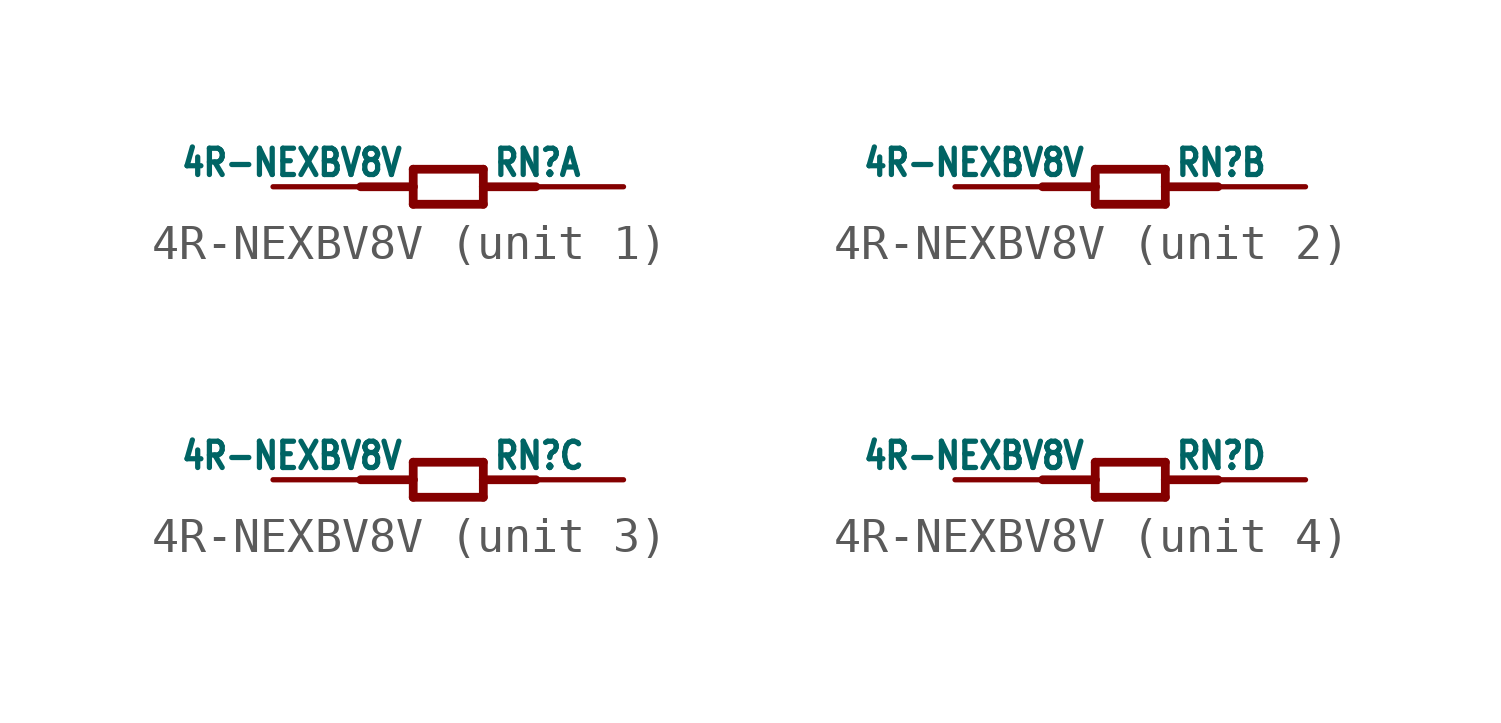
<source format=kicad_sym>
(kicad_symbol_lib
  (version 20211014)
  (generator kicad_symbol_editor)
  (symbol "4R-NEXBV8V"
    (property "Reference" "RN"
      (at 1.27 0.254 0)
      (effects (font (size 0.762 0.648)) (justify left bottom)))
    (property "Value" "4R-NEXBV8V"
      (at -1.27 0.254 0)
      (effects (font (size 0.762 0.648)) (justify right bottom)))
    (property "ki_locked" ""
      (at 0 0 0)
      (effects (font (size 1.27 1.27))))
    (symbol "4R-NEXBV8V_1_0"
      (polyline (pts (xy -2.54 0) (xy -1.016 0)) (stroke (width 0.254) (type default) (color 0 0 0 0)) (fill (type none)))
      (polyline (pts (xy -1.016 -0.508) (xy 1.016 -0.508)) (stroke (width 0.254) (type default) (color 0 0 0 0)) (fill (type none)))
      (polyline (pts (xy -1.016 0) (xy -1.016 -0.508)) (stroke (width 0.254) (type default) (color 0 0 0 0)) (fill (type none)))
      (polyline (pts (xy -1.016 0.508) (xy -1.016 0)) (stroke (width 0.254) (type default) (color 0 0 0 0)) (fill (type none)))
      (polyline (pts (xy 1.016 -0.508) (xy 1.016 0)) (stroke (width 0.254) (type default) (color 0 0 0 0)) (fill (type none)))
      (polyline (pts (xy 1.016 0) (xy 1.016 0.508)) (stroke (width 0.254) (type default) (color 0 0 0 0)) (fill (type none)))
      (polyline (pts (xy 1.016 0) (xy 2.54 0)) (stroke (width 0.254) (type default) (color 0 0 0 0)) (fill (type none)))
      (polyline (pts (xy 1.016 0.508) (xy -1.016 0.508)) (stroke (width 0.254) (type default) (color 0 0 0 0)) (fill (type none)))
      (pin passive line (at -5.08 0 0) (length 2.54) (name "1" (effects (font (size 0 0)))) (number "1" (effects (font (size 0 0)))))
      (pin passive line (at 5.08 0 180) (length 2.54) (name "2" (effects (font (size 0 0)))) (number "8" (effects (font (size 0 0))))))
    (symbol "4R-NEXBV8V_2_0"
      (polyline (pts (xy -2.54 0) (xy -1.016 0)) (stroke (width 0.254) (type default) (color 0 0 0 0)) (fill (type none)))
      (polyline (pts (xy -1.016 -0.508) (xy 1.016 -0.508)) (stroke (width 0.254) (type default) (color 0 0 0 0)) (fill (type none)))
      (polyline (pts (xy -1.016 0) (xy -1.016 -0.508)) (stroke (width 0.254) (type default) (color 0 0 0 0)) (fill (type none)))
      (polyline (pts (xy -1.016 0.508) (xy -1.016 0)) (stroke (width 0.254) (type default) (color 0 0 0 0)) (fill (type none)))
      (polyline (pts (xy 1.016 -0.508) (xy 1.016 0)) (stroke (width 0.254) (type default) (color 0 0 0 0)) (fill (type none)))
      (polyline (pts (xy 1.016 0) (xy 1.016 0.508)) (stroke (width 0.254) (type default) (color 0 0 0 0)) (fill (type none)))
      (polyline (pts (xy 1.016 0) (xy 2.54 0)) (stroke (width 0.254) (type default) (color 0 0 0 0)) (fill (type none)))
      (polyline (pts (xy 1.016 0.508) (xy -1.016 0.508)) (stroke (width 0.254) (type default) (color 0 0 0 0)) (fill (type none)))
      (pin passive line (at -5.08 0 0) (length 2.54) (name "1" (effects (font (size 0 0)))) (number "2" (effects (font (size 0 0)))))
      (pin passive line (at 5.08 0 180) (length 2.54) (name "2" (effects (font (size 0 0)))) (number "7" (effects (font (size 0 0))))))
    (symbol "4R-NEXBV8V_3_0"
      (polyline (pts (xy -2.54 0) (xy -1.016 0)) (stroke (width 0.254) (type default) (color 0 0 0 0)) (fill (type none)))
      (polyline (pts (xy -1.016 -0.508) (xy 1.016 -0.508)) (stroke (width 0.254) (type default) (color 0 0 0 0)) (fill (type none)))
      (polyline (pts (xy -1.016 0) (xy -1.016 -0.508)) (stroke (width 0.254) (type default) (color 0 0 0 0)) (fill (type none)))
      (polyline (pts (xy -1.016 0.508) (xy -1.016 0)) (stroke (width 0.254) (type default) (color 0 0 0 0)) (fill (type none)))
      (polyline (pts (xy 1.016 -0.508) (xy 1.016 0)) (stroke (width 0.254) (type default) (color 0 0 0 0)) (fill (type none)))
      (polyline (pts (xy 1.016 0) (xy 1.016 0.508)) (stroke (width 0.254) (type default) (color 0 0 0 0)) (fill (type none)))
      (polyline (pts (xy 1.016 0) (xy 2.54 0)) (stroke (width 0.254) (type default) (color 0 0 0 0)) (fill (type none)))
      (polyline (pts (xy 1.016 0.508) (xy -1.016 0.508)) (stroke (width 0.254) (type default) (color 0 0 0 0)) (fill (type none)))
      (pin passive line (at -5.08 0 0) (length 2.54) (name "1" (effects (font (size 0 0)))) (number "3" (effects (font (size 0 0)))))
      (pin passive line (at 5.08 0 180) (length 2.54) (name "2" (effects (font (size 0 0)))) (number "6" (effects (font (size 0 0))))))
    (symbol "4R-NEXBV8V_4_0"
      (polyline (pts (xy -2.54 0) (xy -1.016 0)) (stroke (width 0.254) (type default) (color 0 0 0 0)) (fill (type none)))
      (polyline (pts (xy -1.016 -0.508) (xy 1.016 -0.508)) (stroke (width 0.254) (type default) (color 0 0 0 0)) (fill (type none)))
      (polyline (pts (xy -1.016 0) (xy -1.016 -0.508)) (stroke (width 0.254) (type default) (color 0 0 0 0)) (fill (type none)))
      (polyline (pts (xy -1.016 0.508) (xy -1.016 0)) (stroke (width 0.254) (type default) (color 0 0 0 0)) (fill (type none)))
      (polyline (pts (xy 1.016 -0.508) (xy 1.016 0)) (stroke (width 0.254) (type default) (color 0 0 0 0)) (fill (type none)))
      (polyline (pts (xy 1.016 0) (xy 1.016 0.508)) (stroke (width 0.254) (type default) (color 0 0 0 0)) (fill (type none)))
      (polyline (pts (xy 1.016 0) (xy 2.54 0)) (stroke (width 0.254) (type default) (color 0 0 0 0)) (fill (type none)))
      (polyline (pts (xy 1.016 0.508) (xy -1.016 0.508)) (stroke (width 0.254) (type default) (color 0 0 0 0)) (fill (type none)))
      (pin passive line (at -5.08 0 0) (length 2.54) (name "1" (effects (font (size 0 0)))) (number "4" (effects (font (size 0 0)))))
      (pin passive line (at 5.08 0 180) (length 2.54) (name "2" (effects (font (size 0 0)))) (number "5" (effects (font (size 0 0))))))))
</source>
